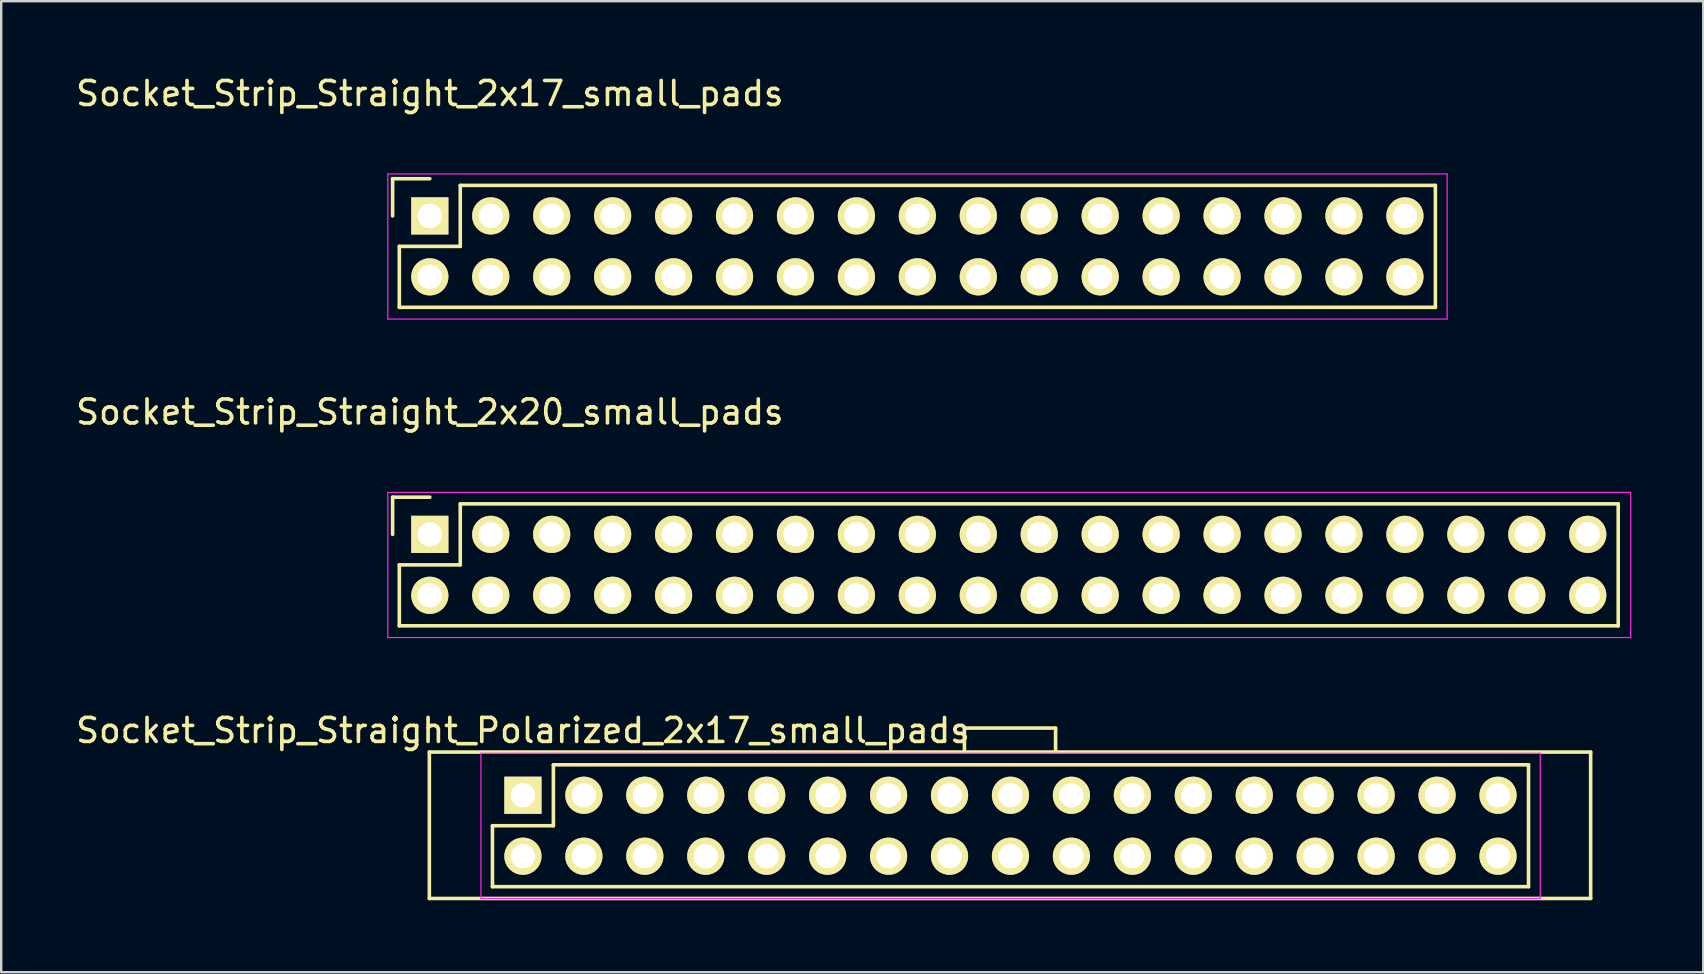
<source format=kicad_pcb>
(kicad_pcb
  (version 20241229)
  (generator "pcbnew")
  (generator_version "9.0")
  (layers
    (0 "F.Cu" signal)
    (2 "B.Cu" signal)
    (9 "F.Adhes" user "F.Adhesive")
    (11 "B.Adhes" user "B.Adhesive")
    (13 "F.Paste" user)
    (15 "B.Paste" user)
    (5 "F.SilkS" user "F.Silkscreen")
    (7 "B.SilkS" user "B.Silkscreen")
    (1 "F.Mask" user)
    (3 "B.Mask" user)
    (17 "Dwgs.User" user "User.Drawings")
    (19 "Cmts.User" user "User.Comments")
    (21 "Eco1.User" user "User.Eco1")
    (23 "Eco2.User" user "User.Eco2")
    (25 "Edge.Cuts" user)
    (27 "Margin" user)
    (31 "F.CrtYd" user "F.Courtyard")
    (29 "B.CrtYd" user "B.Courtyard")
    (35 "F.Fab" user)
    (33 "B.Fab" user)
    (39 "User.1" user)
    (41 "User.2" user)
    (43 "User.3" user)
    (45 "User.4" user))
  (footprint "Socket_Strip_Straight_2x20_small_pads"
    (layer "F.Cu")
    (at 14.863 19.221)
    (property "Reference" "Socket_Strip_Straight_2x20_small_pads" (at 0 -5.1 0) (layer "F.SilkS") (effects (font (size 1 1) (thickness 0.15))))
    (attr through_hole)
    (fp_line (start -1.55 -1.55) (end -1.55 0) (stroke (width 0.15) (type solid)) (layer "F.SilkS"))
    (fp_line (start -1.27 1.27) (end 1.27 1.27) (stroke (width 0.15) (type solid)) (layer "F.SilkS"))
    (fp_line (start -1.27 3.81) (end -1.27 1.27) (stroke (width 0.15) (type solid)) (layer "F.SilkS"))
    (fp_line (start 0 -1.55) (end -1.55 -1.55) (stroke (width 0.15) (type solid)) (layer "F.SilkS"))
    (fp_line (start 1.27 -1.27) (end 49.53 -1.27) (stroke (width 0.15) (type solid)) (layer "F.SilkS"))
    (fp_line (start 1.27 1.27) (end 1.27 -1.27) (stroke (width 0.15) (type solid)) (layer "F.SilkS"))
    (fp_line (start 49.53 3.81) (end -1.27 3.81) (stroke (width 0.15) (type solid)) (layer "F.SilkS"))
    (fp_line (start 49.53 3.81) (end 49.53 -1.27) (stroke (width 0.15) (type solid)) (layer "F.SilkS"))
    (fp_line (start -1.75 -1.75) (end -1.75 4.3) (stroke (width 0.05) (type solid)) (layer "F.CrtYd"))
    (fp_line (start -1.75 -1.75) (end 50.05 -1.75) (stroke (width 0.05) (type solid)) (layer "F.CrtYd"))
    (fp_line (start -1.75 4.3) (end 50.05 4.3) (stroke (width 0.05) (type solid)) (layer "F.CrtYd"))
    (fp_line (start 50.05 -1.75) (end 50.05 4.3) (stroke (width 0.05) (type solid)) (layer "F.CrtYd"))
    (pad "1" thru_hole rect (at 0 0) (size 1.55 1.55) (drill 1.016) (layers "*.Cu" "*.Mask" "F.SilkS"))
    (pad "2" thru_hole oval (at 0 2.54) (size 1.55 1.55) (drill 1.016) (layers "*.Cu" "*.Mask" "F.SilkS"))
    (pad "3" thru_hole oval (at 2.54 0) (size 1.55 1.55) (drill 1.016) (layers "*.Cu" "*.Mask" "F.SilkS"))
    (pad "4" thru_hole oval (at 2.54 2.54) (size 1.55 1.55) (drill 1.016) (layers "*.Cu" "*.Mask" "F.SilkS"))
    (pad "5" thru_hole oval (at 5.08 0) (size 1.55 1.55) (drill 1.016) (layers "*.Cu" "*.Mask" "F.SilkS"))
    (pad "6" thru_hole oval (at 5.08 2.54) (size 1.55 1.55) (drill 1.016) (layers "*.Cu" "*.Mask" "F.SilkS"))
    (pad "7" thru_hole oval (at 7.62 0) (size 1.55 1.55) (drill 1.016) (layers "*.Cu" "*.Mask" "F.SilkS"))
    (pad "8" thru_hole oval (at 7.62 2.54) (size 1.55 1.55) (drill 1.016) (layers "*.Cu" "*.Mask" "F.SilkS"))
    (pad "9" thru_hole oval (at 10.16 0) (size 1.55 1.55) (drill 1.016) (layers "*.Cu" "*.Mask" "F.SilkS"))
    (pad "10" thru_hole oval (at 10.16 2.54) (size 1.55 1.55) (drill 1.016) (layers "*.Cu" "*.Mask" "F.SilkS"))
    (pad "11" thru_hole oval (at 12.7 0) (size 1.55 1.55) (drill 1.016) (layers "*.Cu" "*.Mask" "F.SilkS"))
    (pad "12" thru_hole oval (at 12.7 2.54) (size 1.55 1.55) (drill 1.016) (layers "*.Cu" "*.Mask" "F.SilkS"))
    (pad "13" thru_hole oval (at 15.24 0) (size 1.55 1.55) (drill 1.016) (layers "*.Cu" "*.Mask" "F.SilkS"))
    (pad "14" thru_hole oval (at 15.24 2.54) (size 1.55 1.55) (drill 1.016) (layers "*.Cu" "*.Mask" "F.SilkS"))
    (pad "15" thru_hole oval (at 17.78 0) (size 1.55 1.55) (drill 1.016) (layers "*.Cu" "*.Mask" "F.SilkS"))
    (pad "16" thru_hole oval (at 17.78 2.54) (size 1.55 1.55) (drill 1.016) (layers "*.Cu" "*.Mask" "F.SilkS"))
    (pad "17" thru_hole oval (at 20.32 0) (size 1.55 1.55) (drill 1.016) (layers "*.Cu" "*.Mask" "F.SilkS"))
    (pad "18" thru_hole oval (at 20.32 2.54) (size 1.55 1.55) (drill 1.016) (layers "*.Cu" "*.Mask" "F.SilkS"))
    (pad "19" thru_hole oval (at 22.86 0) (size 1.55 1.55) (drill 1.016) (layers "*.Cu" "*.Mask" "F.SilkS"))
    (pad "20" thru_hole oval (at 22.86 2.54) (size 1.55 1.55) (drill 1.016) (layers "*.Cu" "*.Mask" "F.SilkS"))
    (pad "21" thru_hole oval (at 25.4 0) (size 1.55 1.55) (drill 1.016) (layers "*.Cu" "*.Mask" "F.SilkS"))
    (pad "22" thru_hole oval (at 25.4 2.54) (size 1.55 1.55) (drill 1.016) (layers "*.Cu" "*.Mask" "F.SilkS"))
    (pad "23" thru_hole oval (at 27.94 0) (size 1.55 1.55) (drill 1.016) (layers "*.Cu" "*.Mask" "F.SilkS"))
    (pad "24" thru_hole oval (at 27.94 2.54) (size 1.55 1.55) (drill 1.016) (layers "*.Cu" "*.Mask" "F.SilkS"))
    (pad "25" thru_hole oval (at 30.48 0) (size 1.55 1.55) (drill 1.016) (layers "*.Cu" "*.Mask" "F.SilkS"))
    (pad "26" thru_hole oval (at 30.48 2.54) (size 1.55 1.55) (drill 1.016) (layers "*.Cu" "*.Mask" "F.SilkS"))
    (pad "27" thru_hole oval (at 33.02 0) (size 1.55 1.55) (drill 1.016) (layers "*.Cu" "*.Mask" "F.SilkS"))
    (pad "28" thru_hole oval (at 33.02 2.54) (size 1.55 1.55) (drill 1.016) (layers "*.Cu" "*.Mask" "F.SilkS"))
    (pad "29" thru_hole oval (at 35.56 0) (size 1.55 1.55) (drill 1.016) (layers "*.Cu" "*.Mask" "F.SilkS"))
    (pad "30" thru_hole oval (at 35.56 2.54) (size 1.55 1.55) (drill 1.016) (layers "*.Cu" "*.Mask" "F.SilkS"))
    (pad "31" thru_hole oval (at 38.1 0) (size 1.55 1.55) (drill 1.016) (layers "*.Cu" "*.Mask" "F.SilkS"))
    (pad "32" thru_hole oval (at 38.1 2.54) (size 1.55 1.55) (drill 1.016) (layers "*.Cu" "*.Mask" "F.SilkS"))
    (pad "33" thru_hole oval (at 40.64 0) (size 1.55 1.55) (drill 1.016) (layers "*.Cu" "*.Mask" "F.SilkS"))
    (pad "34" thru_hole oval (at 40.64 2.54) (size 1.55 1.55) (drill 1.016) (layers "*.Cu" "*.Mask" "F.SilkS"))
    (pad "35" thru_hole oval (at 43.18 0) (size 1.55 1.55) (drill 1.016) (layers "*.Cu" "*.Mask" "F.SilkS"))
    (pad "36" thru_hole oval (at 43.18 2.54) (size 1.55 1.55) (drill 1.016) (layers "*.Cu" "*.Mask" "F.SilkS"))
    (pad "37" thru_hole oval (at 45.72 0) (size 1.55 1.55) (drill 1.016) (layers "*.Cu" "*.Mask" "F.SilkS"))
    (pad "38" thru_hole oval (at 45.72 2.54) (size 1.55 1.55) (drill 1.016) (layers "*.Cu" "*.Mask" "F.SilkS"))
    (pad "39" thru_hole oval (at 48.26 0) (size 1.55 1.55) (drill 1.016) (layers "*.Cu" "*.Mask" "F.SilkS"))
    (pad "40" thru_hole oval (at 48.26 2.54) (size 1.55 1.55) (drill 1.016) (layers "*.Cu" "*.Mask" "F.SilkS")))
  (footprint "Socket_Strip_Straight_Polarized_2x17_small_pads"
    (layer "F.Cu")
    (at 18.744 30.095)
    (property "Reference" "Socket_Strip_Straight_Polarized_2x17_small_pads" (at 0 -2.7 0) (layer "F.SilkS") (effects (font (size 1 1) (thickness 0.15))))
    (attr through_hole)
    (fp_line (start -3.9 -1.8) (end -3.9 4.3) (stroke (width 0.15) (type solid)) (layer "F.SilkS"))
    (fp_line (start -3.9 4.3) (end 44.5 4.3) (stroke (width 0.15) (type solid)) (layer "F.SilkS"))
    (fp_line (start -1.27 1.27) (end 1.27 1.27) (stroke (width 0.15) (type solid)) (layer "F.SilkS"))
    (fp_line (start -1.27 3.81) (end -1.27 1.27) (stroke (width 0.15) (type solid)) (layer "F.SilkS"))
    (fp_line (start 1.27 -1.27) (end 41.91 -1.27) (stroke (width 0.15) (type solid)) (layer "F.SilkS"))
    (fp_line (start 1.27 1.27) (end 1.27 -1.27) (stroke (width 0.15) (type solid)) (layer "F.SilkS"))
    (fp_line (start 18.4 -2.8) (end 22.2 -2.8) (stroke (width 0.15) (type solid)) (layer "F.SilkS"))
    (fp_line (start 18.4 -1.8) (end 18.4 -2.8) (stroke (width 0.15) (type solid)) (layer "F.SilkS"))
    (fp_line (start 22.2 -2.8) (end 22.2 -1.8) (stroke (width 0.15) (type solid)) (layer "F.SilkS"))
    (fp_line (start 41.91 3.81) (end -1.27 3.81) (stroke (width 0.15) (type solid)) (layer "F.SilkS"))
    (fp_line (start 41.91 3.81) (end 41.91 -1.27) (stroke (width 0.15) (type solid)) (layer "F.SilkS"))
    (fp_line (start 44.5 -1.8) (end -3.9 -1.8) (stroke (width 0.15) (type solid)) (layer "F.SilkS"))
    (fp_line (start 44.5 4.3) (end 44.5 -1.8) (stroke (width 0.15) (type solid)) (layer "F.SilkS"))
    (fp_line (start -1.75 -1.75) (end -1.75 4.3) (stroke (width 0.05) (type solid)) (layer "F.CrtYd"))
    (fp_line (start -1.75 -1.75) (end 42.4 -1.75) (stroke (width 0.05) (type solid)) (layer "F.CrtYd"))
    (fp_line (start -1.75 4.3) (end 42.4 4.3) (stroke (width 0.05) (type solid)) (layer "F.CrtYd"))
    (fp_line (start 42.4 -1.75) (end 42.4 4.3) (stroke (width 0.05) (type solid)) (layer "F.CrtYd"))
    (pad "1" thru_hole rect (at 0 0) (size 1.55 1.55) (drill 1.016) (layers "*.Cu" "*.Mask" "F.SilkS"))
    (pad "2" thru_hole oval (at 0 2.54) (size 1.55 1.55) (drill 1.016) (layers "*.Cu" "*.Mask" "F.SilkS"))
    (pad "3" thru_hole oval (at 2.54 0) (size 1.55 1.55) (drill 1.016) (layers "*.Cu" "*.Mask" "F.SilkS"))
    (pad "4" thru_hole oval (at 2.54 2.54) (size 1.55 1.55) (drill 1.016) (layers "*.Cu" "*.Mask" "F.SilkS"))
    (pad "5" thru_hole oval (at 5.08 0) (size 1.55 1.55) (drill 1.016) (layers "*.Cu" "*.Mask" "F.SilkS"))
    (pad "6" thru_hole oval (at 5.08 2.54) (size 1.55 1.55) (drill 1.016) (layers "*.Cu" "*.Mask" "F.SilkS"))
    (pad "7" thru_hole oval (at 7.62 0) (size 1.55 1.55) (drill 1.016) (layers "*.Cu" "*.Mask" "F.SilkS"))
    (pad "8" thru_hole oval (at 7.62 2.54) (size 1.55 1.55) (drill 1.016) (layers "*.Cu" "*.Mask" "F.SilkS"))
    (pad "9" thru_hole oval (at 10.16 0) (size 1.55 1.55) (drill 1.016) (layers "*.Cu" "*.Mask" "F.SilkS"))
    (pad "10" thru_hole oval (at 10.16 2.54) (size 1.55 1.55) (drill 1.016) (layers "*.Cu" "*.Mask" "F.SilkS"))
    (pad "11" thru_hole oval (at 12.7 0) (size 1.55 1.55) (drill 1.016) (layers "*.Cu" "*.Mask" "F.SilkS"))
    (pad "12" thru_hole oval (at 12.7 2.54) (size 1.55 1.55) (drill 1.016) (layers "*.Cu" "*.Mask" "F.SilkS"))
    (pad "13" thru_hole oval (at 15.24 0) (size 1.55 1.55) (drill 1.016) (layers "*.Cu" "*.Mask" "F.SilkS"))
    (pad "14" thru_hole oval (at 15.24 2.54) (size 1.55 1.55) (drill 1.016) (layers "*.Cu" "*.Mask" "F.SilkS"))
    (pad "15" thru_hole oval (at 17.78 0) (size 1.55 1.55) (drill 1.016) (layers "*.Cu" "*.Mask" "F.SilkS"))
    (pad "16" thru_hole oval (at 17.78 2.54) (size 1.55 1.55) (drill 1.016) (layers "*.Cu" "*.Mask" "F.SilkS"))
    (pad "17" thru_hole oval (at 20.32 0) (size 1.55 1.55) (drill 1.016) (layers "*.Cu" "*.Mask" "F.SilkS"))
    (pad "18" thru_hole oval (at 20.32 2.54) (size 1.55 1.55) (drill 1.016) (layers "*.Cu" "*.Mask" "F.SilkS"))
    (pad "19" thru_hole oval (at 22.86 0) (size 1.55 1.55) (drill 1.016) (layers "*.Cu" "*.Mask" "F.SilkS"))
    (pad "20" thru_hole oval (at 22.86 2.54) (size 1.55 1.55) (drill 1.016) (layers "*.Cu" "*.Mask" "F.SilkS"))
    (pad "21" thru_hole oval (at 25.4 0) (size 1.55 1.55) (drill 1.016) (layers "*.Cu" "*.Mask" "F.SilkS"))
    (pad "22" thru_hole oval (at 25.4 2.54) (size 1.55 1.55) (drill 1.016) (layers "*.Cu" "*.Mask" "F.SilkS"))
    (pad "23" thru_hole oval (at 27.94 0) (size 1.55 1.55) (drill 1.016) (layers "*.Cu" "*.Mask" "F.SilkS"))
    (pad "24" thru_hole oval (at 27.94 2.54) (size 1.55 1.55) (drill 1.016) (layers "*.Cu" "*.Mask" "F.SilkS"))
    (pad "25" thru_hole oval (at 30.48 0) (size 1.55 1.55) (drill 1.016) (layers "*.Cu" "*.Mask" "F.SilkS"))
    (pad "26" thru_hole oval (at 30.48 2.54) (size 1.55 1.55) (drill 1.016) (layers "*.Cu" "*.Mask" "F.SilkS"))
    (pad "27" thru_hole oval (at 33.02 0) (size 1.55 1.55) (drill 1.016) (layers "*.Cu" "*.Mask" "F.SilkS"))
    (pad "28" thru_hole oval (at 33.02 2.54) (size 1.55 1.55) (drill 1.016) (layers "*.Cu" "*.Mask" "F.SilkS"))
    (pad "29" thru_hole oval (at 35.56 0) (size 1.55 1.55) (drill 1.016) (layers "*.Cu" "*.Mask" "F.SilkS"))
    (pad "30" thru_hole oval (at 35.56 2.54) (size 1.55 1.55) (drill 1.016) (layers "*.Cu" "*.Mask" "F.SilkS"))
    (pad "31" thru_hole oval (at 38.1 0) (size 1.55 1.55) (drill 1.016) (layers "*.Cu" "*.Mask" "F.SilkS"))
    (pad "32" thru_hole oval (at 38.1 2.54) (size 1.55 1.55) (drill 1.016) (layers "*.Cu" "*.Mask" "F.SilkS"))
    (pad "33" thru_hole oval (at 40.64 0) (size 1.55 1.55) (drill 1.016) (layers "*.Cu" "*.Mask" "F.SilkS"))
    (pad "34" thru_hole oval (at 40.64 2.54) (size 1.55 1.55) (drill 1.016) (layers "*.Cu" "*.Mask" "F.SilkS")))
  (footprint "Socket_Strip_Straight_2x17_small_pads"
    (layer "F.Cu")
    (at 14.863 5.948)
    (property "Reference" "Socket_Strip_Straight_2x17_small_pads" (at 0 -5.1 0) (layer "F.SilkS") (effects (font (size 1 1) (thickness 0.15))))
    (attr through_hole)
    (fp_line (start -1.55 -1.55) (end -1.55 0) (stroke (width 0.15) (type solid)) (layer "F.SilkS"))
    (fp_line (start -1.27 1.27) (end 1.27 1.27) (stroke (width 0.15) (type solid)) (layer "F.SilkS"))
    (fp_line (start -1.27 3.81) (end -1.27 1.27) (stroke (width 0.15) (type solid)) (layer "F.SilkS"))
    (fp_line (start 0 -1.55) (end -1.55 -1.55) (stroke (width 0.15) (type solid)) (layer "F.SilkS"))
    (fp_line (start 1.27 -1.27) (end 41.91 -1.27) (stroke (width 0.15) (type solid)) (layer "F.SilkS"))
    (fp_line (start 1.27 1.27) (end 1.27 -1.27) (stroke (width 0.15) (type solid)) (layer "F.SilkS"))
    (fp_line (start 41.91 3.81) (end -1.27 3.81) (stroke (width 0.15) (type solid)) (layer "F.SilkS"))
    (fp_line (start 41.91 3.81) (end 41.91 -1.27) (stroke (width 0.15) (type solid)) (layer "F.SilkS"))
    (fp_line (start -1.75 -1.75) (end -1.75 4.3) (stroke (width 0.05) (type solid)) (layer "F.CrtYd"))
    (fp_line (start -1.75 -1.75) (end 42.4 -1.75) (stroke (width 0.05) (type solid)) (layer "F.CrtYd"))
    (fp_line (start -1.75 4.3) (end 42.4 4.3) (stroke (width 0.05) (type solid)) (layer "F.CrtYd"))
    (fp_line (start 42.4 -1.75) (end 42.4 4.3) (stroke (width 0.05) (type solid)) (layer "F.CrtYd"))
    (pad "1" thru_hole rect (at 0 0) (size 1.55 1.55) (drill 1.016) (layers "*.Cu" "*.Mask" "F.SilkS"))
    (pad "2" thru_hole oval (at 0 2.54) (size 1.55 1.55) (drill 1.016) (layers "*.Cu" "*.Mask" "F.SilkS"))
    (pad "3" thru_hole oval (at 2.54 0) (size 1.55 1.55) (drill 1.016) (layers "*.Cu" "*.Mask" "F.SilkS"))
    (pad "4" thru_hole oval (at 2.54 2.54) (size 1.55 1.55) (drill 1.016) (layers "*.Cu" "*.Mask" "F.SilkS"))
    (pad "5" thru_hole oval (at 5.08 0) (size 1.55 1.55) (drill 1.016) (layers "*.Cu" "*.Mask" "F.SilkS"))
    (pad "6" thru_hole oval (at 5.08 2.54) (size 1.55 1.55) (drill 1.016) (layers "*.Cu" "*.Mask" "F.SilkS"))
    (pad "7" thru_hole oval (at 7.62 0) (size 1.55 1.55) (drill 1.016) (layers "*.Cu" "*.Mask" "F.SilkS"))
    (pad "8" thru_hole oval (at 7.62 2.54) (size 1.55 1.55) (drill 1.016) (layers "*.Cu" "*.Mask" "F.SilkS"))
    (pad "9" thru_hole oval (at 10.16 0) (size 1.55 1.55) (drill 1.016) (layers "*.Cu" "*.Mask" "F.SilkS"))
    (pad "10" thru_hole oval (at 10.16 2.54) (size 1.55 1.55) (drill 1.016) (layers "*.Cu" "*.Mask" "F.SilkS"))
    (pad "11" thru_hole oval (at 12.7 0) (size 1.55 1.55) (drill 1.016) (layers "*.Cu" "*.Mask" "F.SilkS"))
    (pad "12" thru_hole oval (at 12.7 2.54) (size 1.55 1.55) (drill 1.016) (layers "*.Cu" "*.Mask" "F.SilkS"))
    (pad "13" thru_hole oval (at 15.24 0) (size 1.55 1.55) (drill 1.016) (layers "*.Cu" "*.Mask" "F.SilkS"))
    (pad "14" thru_hole oval (at 15.24 2.54) (size 1.55 1.55) (drill 1.016) (layers "*.Cu" "*.Mask" "F.SilkS"))
    (pad "15" thru_hole oval (at 17.78 0) (size 1.55 1.55) (drill 1.016) (layers "*.Cu" "*.Mask" "F.SilkS"))
    (pad "16" thru_hole oval (at 17.78 2.54) (size 1.55 1.55) (drill 1.016) (layers "*.Cu" "*.Mask" "F.SilkS"))
    (pad "17" thru_hole oval (at 20.32 0) (size 1.55 1.55) (drill 1.016) (layers "*.Cu" "*.Mask" "F.SilkS"))
    (pad "18" thru_hole oval (at 20.32 2.54) (size 1.55 1.55) (drill 1.016) (layers "*.Cu" "*.Mask" "F.SilkS"))
    (pad "19" thru_hole oval (at 22.86 0) (size 1.55 1.55) (drill 1.016) (layers "*.Cu" "*.Mask" "F.SilkS"))
    (pad "20" thru_hole oval (at 22.86 2.54) (size 1.55 1.55) (drill 1.016) (layers "*.Cu" "*.Mask" "F.SilkS"))
    (pad "21" thru_hole oval (at 25.4 0) (size 1.55 1.55) (drill 1.016) (layers "*.Cu" "*.Mask" "F.SilkS"))
    (pad "22" thru_hole oval (at 25.4 2.54) (size 1.55 1.55) (drill 1.016) (layers "*.Cu" "*.Mask" "F.SilkS"))
    (pad "23" thru_hole oval (at 27.94 0) (size 1.55 1.55) (drill 1.016) (layers "*.Cu" "*.Mask" "F.SilkS"))
    (pad "24" thru_hole oval (at 27.94 2.54) (size 1.55 1.55) (drill 1.016) (layers "*.Cu" "*.Mask" "F.SilkS"))
    (pad "25" thru_hole oval (at 30.48 0) (size 1.55 1.55) (drill 1.016) (layers "*.Cu" "*.Mask" "F.SilkS"))
    (pad "26" thru_hole oval (at 30.48 2.54) (size 1.55 1.55) (drill 1.016) (layers "*.Cu" "*.Mask" "F.SilkS"))
    (pad "27" thru_hole oval (at 33.02 0) (size 1.55 1.55) (drill 1.016) (layers "*.Cu" "*.Mask" "F.SilkS"))
    (pad "28" thru_hole oval (at 33.02 2.54) (size 1.55 1.55) (drill 1.016) (layers "*.Cu" "*.Mask" "F.SilkS"))
    (pad "29" thru_hole oval (at 35.56 0) (size 1.55 1.55) (drill 1.016) (layers "*.Cu" "*.Mask" "F.SilkS"))
    (pad "30" thru_hole oval (at 35.56 2.54) (size 1.55 1.55) (drill 1.016) (layers "*.Cu" "*.Mask" "F.SilkS"))
    (pad "31" thru_hole oval (at 38.1 0) (size 1.55 1.55) (drill 1.016) (layers "*.Cu" "*.Mask" "F.SilkS"))
    (pad "32" thru_hole oval (at 38.1 2.54) (size 1.55 1.55) (drill 1.016) (layers "*.Cu" "*.Mask" "F.SilkS"))
    (pad "33" thru_hole oval (at 40.64 0) (size 1.55 1.55) (drill 1.016) (layers "*.Cu" "*.Mask" "F.SilkS"))
    (pad "34" thru_hole oval (at 40.64 2.54) (size 1.55 1.55) (drill 1.016) (layers "*.Cu" "*.Mask" "F.SilkS")))
  (gr_rect
    (start -3 -3)
    (end 67.938 37.47)
    (stroke (width 0.1) (type default))
    (fill no)
    (layer "Edge.Cuts")))
</source>
